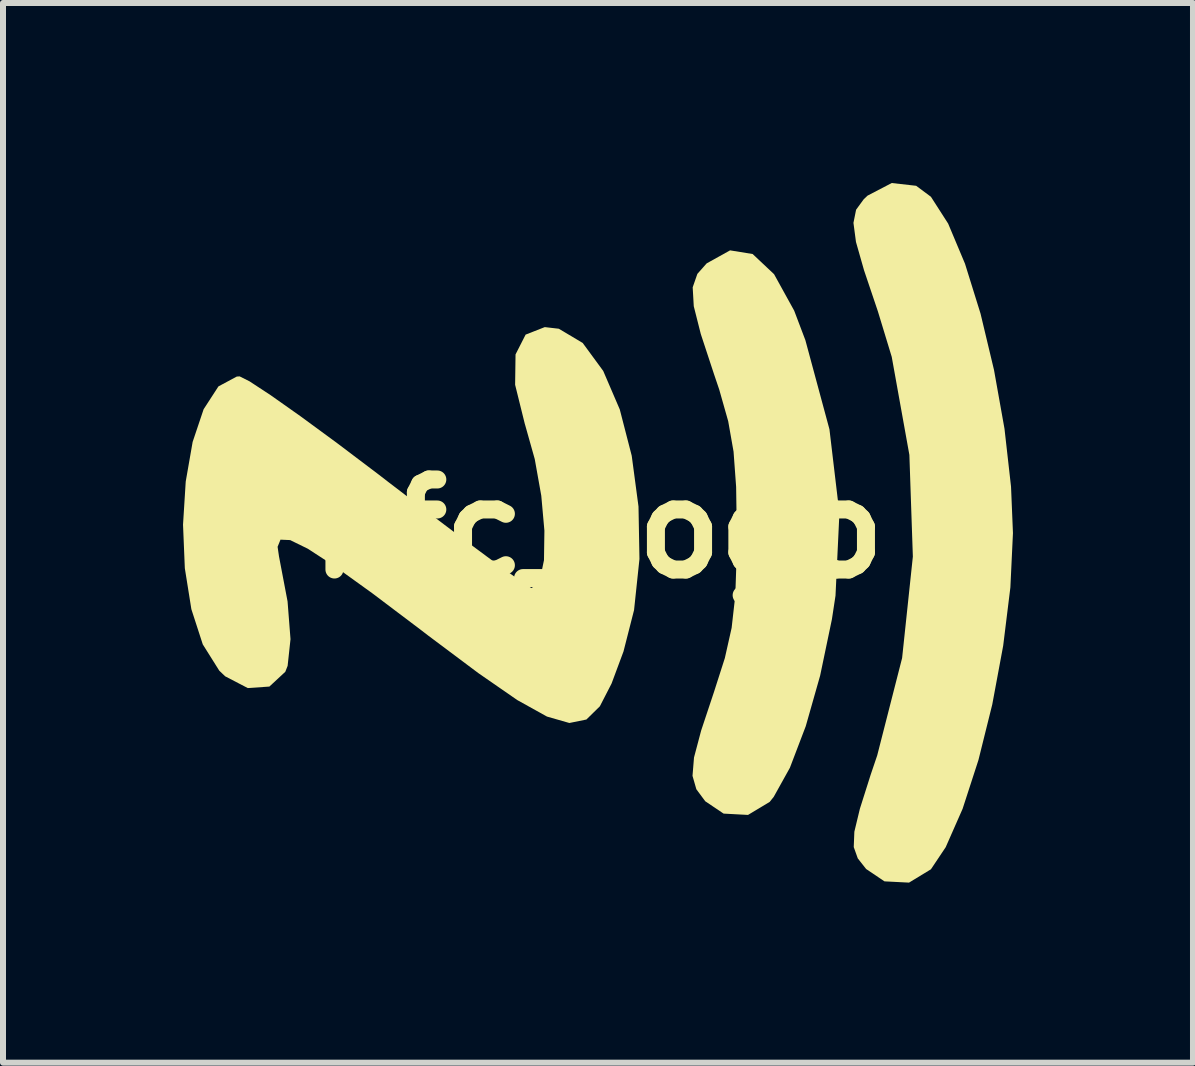
<source format=kicad_pcb>
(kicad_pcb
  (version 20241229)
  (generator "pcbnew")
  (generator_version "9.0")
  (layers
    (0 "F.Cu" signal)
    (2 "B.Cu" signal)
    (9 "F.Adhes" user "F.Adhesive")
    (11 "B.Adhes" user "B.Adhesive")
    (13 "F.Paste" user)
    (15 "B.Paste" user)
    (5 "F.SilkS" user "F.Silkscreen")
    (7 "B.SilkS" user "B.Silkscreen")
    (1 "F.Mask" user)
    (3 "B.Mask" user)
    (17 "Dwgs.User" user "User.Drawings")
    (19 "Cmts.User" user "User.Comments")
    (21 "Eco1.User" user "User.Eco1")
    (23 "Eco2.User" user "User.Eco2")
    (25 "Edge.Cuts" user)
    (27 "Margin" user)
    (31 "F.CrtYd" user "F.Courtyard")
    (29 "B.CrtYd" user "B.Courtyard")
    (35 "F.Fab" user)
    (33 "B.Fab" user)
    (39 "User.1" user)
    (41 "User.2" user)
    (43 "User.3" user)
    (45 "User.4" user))
  (footprint "nfc_logo"
    (layer "F.Cu")
    (at 6.916 5.762)
    (property "Reference" "nfc_logo" (at 0 0 0) (layer "F.SilkS") (effects (font (size 1.5 1.5) (thickness 0.3))))
    (attr board_only exclude_from_pos_files exclude_from_bom)
    (fp_poly (pts (xy 2.576 -4.579) (xy 2.933 -4.243) (xy 3.268 -3.636) (xy 3.455 -3.143) (xy 3.856 -1.658) (xy 4.022 -0.259) (xy 3.957 1.114) (xy 3.897 1.508) (xy 3.701 2.446) (xy 3.461 3.29) (xy 3.197 3.982) (xy 2.928 4.466) (xy 2.86 4.551) (xy 2.499 4.768) (xy 2.092 4.746) (xy 1.786 4.54) (xy 1.638 4.34) (xy 1.574 4.117) (xy 1.599 3.811) (xy 1.718 3.362) (xy 1.932 2.719) (xy 2.113 2.154) (xy 2.226 1.651) (xy 2.287 1.111) (xy 2.31 0.434) (xy 2.312 0.071) (xy 2.301 -0.698) (xy 2.258 -1.286) (xy 2.169 -1.792) (xy 2.02 -2.318) (xy 1.932 -2.578) (xy 1.712 -3.246) (xy 1.595 -3.709) (xy 1.577 -4.024) (xy 1.655 -4.248) (xy 1.81 -4.423) (xy 2.2 -4.64)) (stroke (width 0) (type solid)) (fill yes) (layer "F.SilkS"))
    (fp_poly (pts (xy 5.301 -5.716) (xy 5.547 -5.533) (xy 5.834 -5.086) (xy 6.115 -4.417) (xy 6.374 -3.585) (xy 6.598 -2.648) (xy 6.773 -1.667) (xy 6.882 -0.701) (xy 6.914 0.071) (xy 6.871 0.977) (xy 6.751 1.949) (xy 6.569 2.928) (xy 6.339 3.853) (xy 6.075 4.666) (xy 5.793 5.306) (xy 5.547 5.674) (xy 5.182 5.896) (xy 4.773 5.875) (xy 4.467 5.669) (xy 4.328 5.492) (xy 4.261 5.304) (xy 4.271 5.048) (xy 4.363 4.666) (xy 4.542 4.101) (xy 4.652 3.776) (xy 5.067 2.153) (xy 5.246 0.463) (xy 5.188 -1.231) (xy 4.894 -2.865) (xy 4.663 -3.624) (xy 4.433 -4.306) (xy 4.298 -4.78) (xy 4.256 -5.098) (xy 4.3 -5.317) (xy 4.426 -5.49) (xy 4.491 -5.552) (xy 4.894 -5.762)) (stroke (width 0) (type solid)) (fill yes) (layer "F.SilkS"))
    (fp_poly (pts (xy -0.654 -3.334) (xy -0.256 -3.097) (xy 0.086 -2.631) (xy 0.362 -1.989) (xy 0.561 -1.218) (xy 0.674 -0.371) (xy 0.69 0.503) (xy 0.6 1.354) (xy 0.424 2.044) (xy 0.225 2.579) (xy 0.03 2.958) (xy -0.194 3.178) (xy -0.478 3.236) (xy -0.851 3.129) (xy -1.346 2.854) (xy -1.993 2.406) (xy -2.824 1.784) (xy -2.945 1.691) (xy -3.765 1.072) (xy -4.389 0.623) (xy -4.837 0.332) (xy -5.131 0.188) (xy -5.292 0.181) (xy -5.34 0.3) (xy -5.317 0.459) (xy -5.174 1.21) (xy -5.125 1.839) (xy -5.173 2.284) (xy -5.212 2.383) (xy -5.477 2.629) (xy -5.837 2.654) (xy -6.214 2.458) (xy -6.312 2.364) (xy -6.587 1.926) (xy -6.777 1.34) (xy -6.886 0.657) (xy -6.916 -0.069) (xy -6.871 -0.788) (xy -6.756 -1.447) (xy -6.573 -1.992) (xy -6.326 -2.373) (xy -6.02 -2.537) (xy -5.972 -2.54) (xy -5.807 -2.457) (xy -5.455 -2.226) (xy -4.955 -1.873) (xy -4.342 -1.423) (xy -3.653 -0.902) (xy -3.49 -0.776) (xy -2.795 -0.245) (xy -2.176 0.222) (xy -1.667 0.6) (xy -1.303 0.862) (xy -1.119 0.982) (xy -1.105 0.988) (xy -0.971 0.861) (xy -0.901 0.522) (xy -0.894 0.031) (xy -0.946 -0.551) (xy -1.055 -1.162) (xy -1.218 -1.741) (xy -1.22 -1.746) (xy -1.382 -2.4) (xy -1.375 -2.906) (xy -1.207 -3.236) (xy -0.888 -3.361)) (stroke (width 0) (type solid)) (fill yes) (layer "F.SilkS")))
  (gr_rect
    (start -3 -3)
    (end 16.83 14.658)
    (stroke (width 0.1) (type default))
    (fill no)
    (layer "Edge.Cuts")))
</source>
